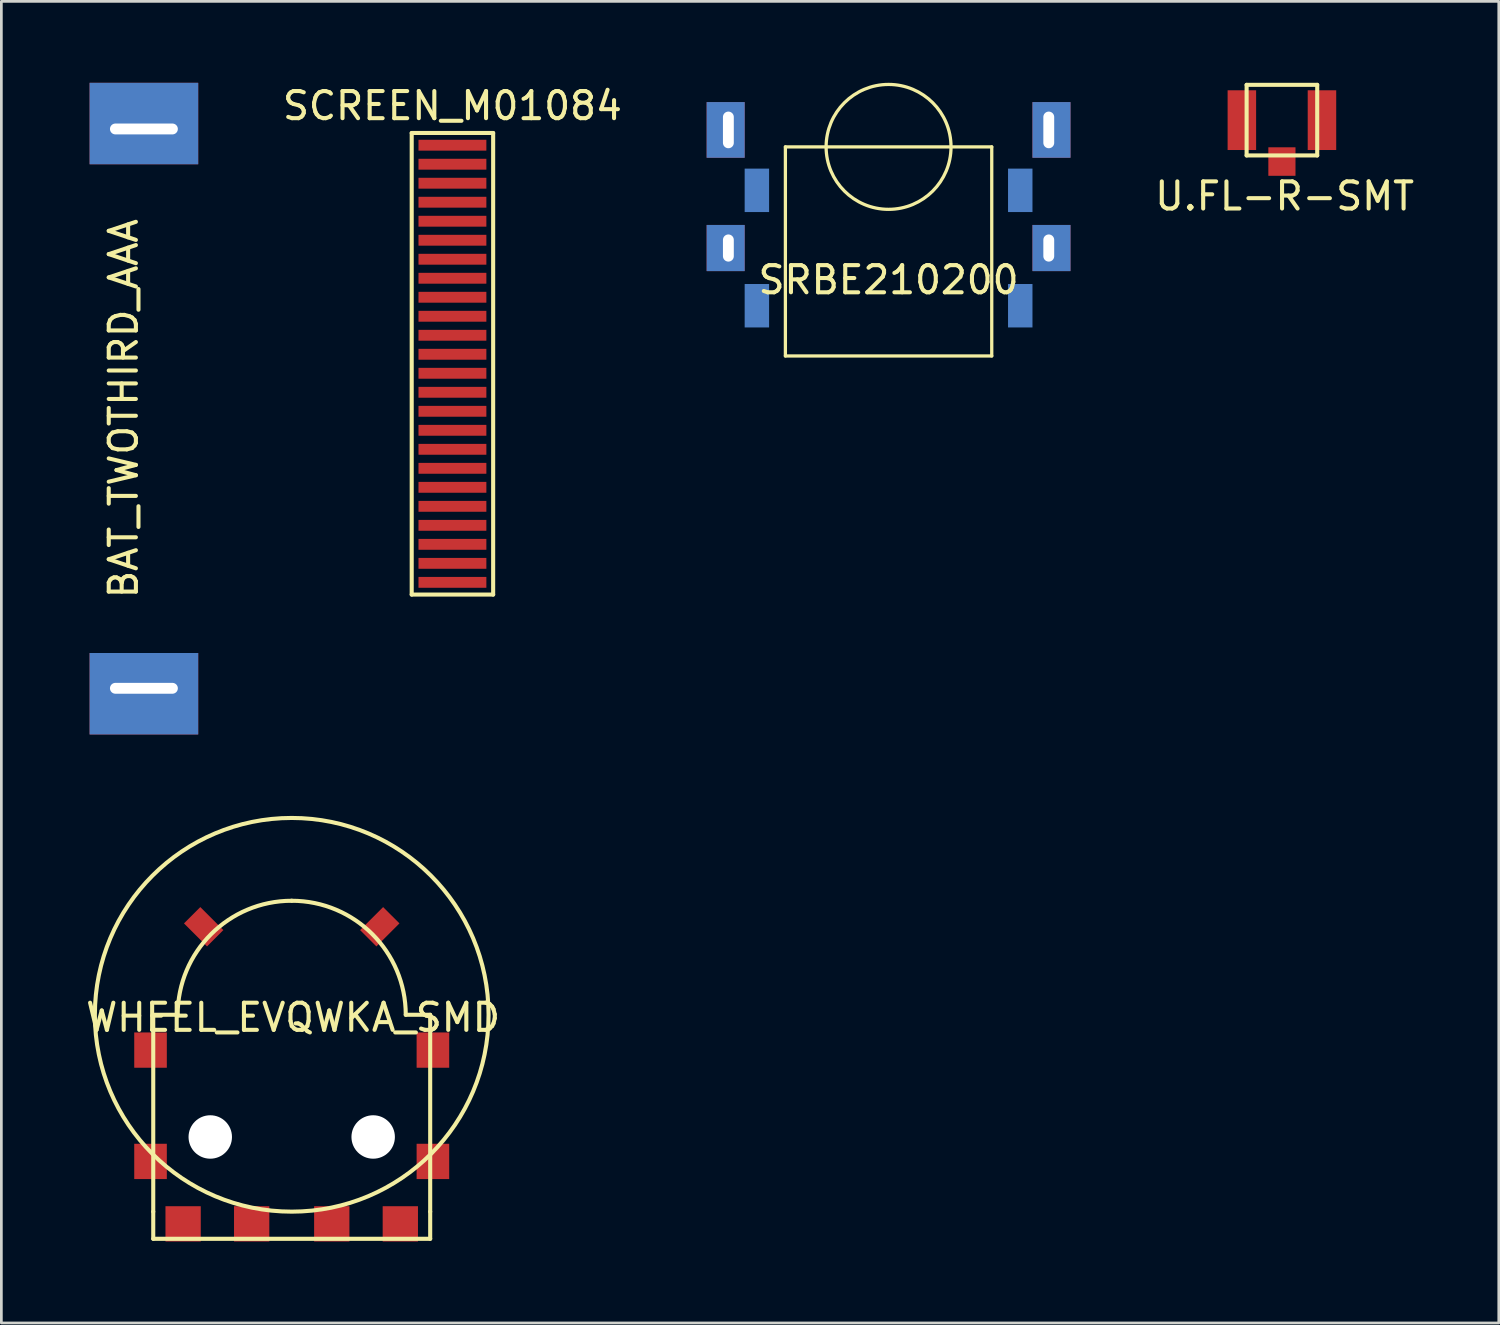
<source format=kicad_pcb>
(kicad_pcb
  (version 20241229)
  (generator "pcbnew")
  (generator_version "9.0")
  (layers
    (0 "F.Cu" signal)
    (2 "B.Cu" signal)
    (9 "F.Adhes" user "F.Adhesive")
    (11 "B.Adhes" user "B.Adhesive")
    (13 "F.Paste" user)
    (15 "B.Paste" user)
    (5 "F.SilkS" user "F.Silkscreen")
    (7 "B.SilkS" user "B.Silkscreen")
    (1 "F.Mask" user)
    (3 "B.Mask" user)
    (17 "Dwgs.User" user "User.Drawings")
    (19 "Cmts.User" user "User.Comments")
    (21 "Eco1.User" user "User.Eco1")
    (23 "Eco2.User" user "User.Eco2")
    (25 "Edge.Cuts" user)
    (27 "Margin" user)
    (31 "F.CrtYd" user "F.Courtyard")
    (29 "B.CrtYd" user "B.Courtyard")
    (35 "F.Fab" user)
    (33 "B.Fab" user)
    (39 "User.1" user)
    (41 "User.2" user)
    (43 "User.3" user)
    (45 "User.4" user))
  (footprint "SRBE210200"
    (layer "F.Cu")
    (at 29.676 2.36)
    (property "Reference" "SRBE210200" (at 0 4.9 0) (layer "F.SilkS") (effects (font (size 1 1) (thickness 0.15))))
    (attr through_hole)
    (fp_line (start -3.8 0) (end -3.8 7.7) (stroke (width 0.12) (type solid)) (layer "F.SilkS"))
    (fp_line (start -3.8 7.7) (end 3.8 7.7) (stroke (width 0.12) (type solid)) (layer "F.SilkS"))
    (fp_line (start 3.8 0) (end -3.8 0) (stroke (width 0.12) (type solid)) (layer "F.SilkS"))
    (fp_line (start 3.8 7.7) (end 3.8 0) (stroke (width 0.12) (type solid)) (layer "F.SilkS"))
    (fp_circle (center 0 0) (end 2.3 0) (stroke (width 0.12) (type solid)) (fill no) (layer "F.SilkS"))
    (pad "A" smd rect (at -4.85 1.6) (size 0.9 1.6) (layers "B.Cu" "B.Mask" "B.Paste"))
    (pad "B" smd rect (at 4.85 1.6) (size 0.9 1.6) (layers "B.Cu" "B.Mask" "B.Paste"))
    (pad "COM" smd rect (at -4.85 5.85) (size 0.9 1.6) (layers "B.Cu" "B.Mask" "B.Paste"))
    (pad "FIX1" thru_hole rect (at -5.9 -0.625) (size 1.4 2.05) (drill oval 0.4 1.35 (offset -0.1 0)) (layers "*.Cu" "*.Mask"))
    (pad "FIX1" thru_hole rect (at 5.9 -0.625 180) (size 1.4 2.05) (drill oval 0.4 1.35 (offset -0.1 0)) (layers "*.Cu" "*.Mask"))
    (pad "FIX2" thru_hole rect (at -5.9 3.725) (size 1.4 1.7) (drill oval 0.4 1 (offset -0.1 0)) (layers "*.Cu" "*.Mask"))
    (pad "FIX2" thru_hole rect (at 5.9 3.725 180) (size 1.4 1.7) (drill oval 0.4 1 (offset -0.1 0)) (layers "*.Cu" "*.Mask"))
    (pad "PUSH" smd rect (at 4.85 5.85) (size 0.9 1.6) (layers "B.Cu" "B.Mask" "B.Paste")))
  (footprint "BAT_TWOTHIRD_AAA"
    (layer "F.Cu")
    (at 0.25 12)
    (property "Reference" "BAT_TWOTHIRD_AAA" (at 1.25 0 90) (layer "F.SilkS") (effects (font (size 1 1) (thickness 0.15))))
    (attr through_hole)
    (pad "1" thru_hole rect (at 2 -10.3) (size 4 3) (drill oval 2.5 0.4 (offset 0 -0.2)) (layers "*.Cu" "*.Mask"))
    (pad "2" thru_hole rect (at 2 10.3) (size 4 3) (drill oval 2.5 0.4 (offset 0 0.2)) (layers "*.Cu" "*.Mask")))
  (footprint "U.FL-R-SMT"
    (layer "F.Cu")
    (at 44.163 1.375)
    (property "Reference" "U.FL-R-SMT" (at 0.1 2.8 0) (layer "F.SilkS") (effects (font (size 1 1) (thickness 0.15))))
    (attr through_hole)
    (fp_line (start -1.3 -1.3) (end 1.3 -1.3) (stroke (width 0.15) (type solid)) (layer "F.SilkS"))
    (fp_line (start -1.3 1.3) (end -1.3 -1.3) (stroke (width 0.15) (type solid)) (layer "F.SilkS"))
    (fp_line (start 1.3 -1.3) (end 1.3 1.3) (stroke (width 0.15) (type solid)) (layer "F.SilkS"))
    (fp_line (start 1.3 1.3) (end -1.3 1.3) (stroke (width 0.15) (type solid)) (layer "F.SilkS"))
    (pad "1" smd rect (at 0 1.525) (size 1 1.05) (layers "F.Cu" "F.Mask" "F.Paste"))
    (pad "2" smd rect (at -1.475 0) (size 1.05 2.2) (layers "F.Cu" "F.Mask" "F.Paste"))
    (pad "2" smd rect (at 1.475 0) (size 1.05 2.2) (layers "F.Cu" "F.Mask" "F.Paste")))
  (footprint "SCREEN_M01084"
    (layer "F.Cu")
    (at 13.613 10.348)
    (property "Reference" "SCREEN_M01084" (at 0 -9.5 0) (layer "F.SilkS") (effects (font (size 1 1) (thickness 0.15))))
    (attr through_hole)
    (fp_line (start -1.5 -8.5) (end 1.5 -8.5) (stroke (width 0.15) (type solid)) (layer "F.SilkS"))
    (fp_line (start -1.5 8.5) (end -1.5 -8.5) (stroke (width 0.15) (type solid)) (layer "F.SilkS"))
    (fp_line (start 1.5 -8.5) (end 1.5 8.5) (stroke (width 0.15) (type solid)) (layer "F.SilkS"))
    (fp_line (start 1.5 8.5) (end -1.5 8.5) (stroke (width 0.15) (type solid)) (layer "F.SilkS"))
    (pad "1" smd rect (at 0 -8.05) (size 2.5 0.4) (layers "F.Cu" "F.Mask" "F.Paste"))
    (pad "2" smd rect (at 0 -7.35) (size 2.5 0.4) (layers "F.Cu" "F.Mask" "F.Paste"))
    (pad "3" smd rect (at 0 -6.65) (size 2.5 0.4) (layers "F.Cu" "F.Mask" "F.Paste"))
    (pad "4" smd rect (at 0 -5.95) (size 2.5 0.4) (layers "F.Cu" "F.Mask" "F.Paste"))
    (pad "5" smd rect (at 0 -5.25) (size 2.5 0.4) (layers "F.Cu" "F.Mask" "F.Paste"))
    (pad "6" smd rect (at 0 -4.55) (size 2.5 0.4) (layers "F.Cu" "F.Mask" "F.Paste"))
    (pad "7" smd rect (at 0 -3.85) (size 2.5 0.4) (layers "F.Cu" "F.Mask" "F.Paste"))
    (pad "8" smd rect (at 0 -3.15) (size 2.5 0.4) (layers "F.Cu" "F.Mask" "F.Paste"))
    (pad "9" smd rect (at 0 -2.45) (size 2.5 0.4) (layers "F.Cu" "F.Mask" "F.Paste"))
    (pad "10" smd rect (at 0 -1.75) (size 2.5 0.4) (layers "F.Cu" "F.Mask" "F.Paste"))
    (pad "11" smd rect (at 0 -1.05) (size 2.5 0.4) (layers "F.Cu" "F.Mask" "F.Paste"))
    (pad "12" smd rect (at 0 -0.35) (size 2.5 0.4) (layers "F.Cu" "F.Mask" "F.Paste"))
    (pad "13" smd rect (at 0 0.35) (size 2.5 0.4) (layers "F.Cu" "F.Mask" "F.Paste"))
    (pad "14" smd rect (at 0 1.05) (size 2.5 0.4) (layers "F.Cu" "F.Mask" "F.Paste"))
    (pad "15" smd rect (at 0 1.75) (size 2.5 0.4) (layers "F.Cu" "F.Mask" "F.Paste"))
    (pad "16" smd rect (at 0 2.45) (size 2.5 0.4) (layers "F.Cu" "F.Mask" "F.Paste"))
    (pad "17" smd rect (at 0 3.15) (size 2.5 0.4) (layers "F.Cu" "F.Mask" "F.Paste"))
    (pad "18" smd rect (at 0 3.85) (size 2.5 0.4) (layers "F.Cu" "F.Mask" "F.Paste"))
    (pad "19" smd rect (at 0 4.55) (size 2.5 0.4) (layers "F.Cu" "F.Mask" "F.Paste"))
    (pad "20" smd rect (at 0 5.25) (size 2.5 0.4) (layers "F.Cu" "F.Mask" "F.Paste"))
    (pad "21" smd rect (at 0 5.95) (size 2.5 0.4) (layers "F.Cu" "F.Mask" "F.Paste"))
    (pad "22" smd rect (at 0 6.65) (size 2.5 0.4) (layers "F.Cu" "F.Mask" "F.Paste"))
    (pad "23" smd rect (at 0 7.35) (size 2.5 0.4) (layers "F.Cu" "F.Mask" "F.Paste"))
    (pad "24" smd rect (at 0 8.05) (size 2.5 0.4) (layers "F.Cu" "F.Mask" "F.Paste")))
  (footprint "WHEEL_EVQWKA_SMD"
    (layer "F.Cu")
    (at 7.694 34.325)
    (property "Reference" "WHEEL_EVQWKA_SMD" (at 0.05 0.1 0) (layer "F.SilkS") (effects (font (size 1 1) (thickness 0.15))))
    (attr through_hole)
    (fp_line (start -5.1 0) (end -4.2 0) (stroke (width 0.15) (type solid)) (layer "F.SilkS"))
    (fp_line (start -5.1 7.25) (end -5.1 0) (stroke (width 0.15) (type solid)) (layer "F.SilkS"))
    (fp_line (start -5.1 7.25) (end -5.1 8.25) (stroke (width 0.15) (type solid)) (layer "F.SilkS"))
    (fp_line (start -5.1 8.25) (end 5.1 8.25) (stroke (width 0.15) (type solid)) (layer "F.SilkS"))
    (fp_line (start 5.1 0) (end 4.2 0) (stroke (width 0.15) (type solid)) (layer "F.SilkS"))
    (fp_line (start 5.1 7.25) (end 5.1 0) (stroke (width 0.15) (type solid)) (layer "F.SilkS"))
    (fp_line (start 5.1 8.25) (end 5.1 7.25) (stroke (width 0.15) (type solid)) (layer "F.SilkS"))
    (fp_arc (start -4.2 0) (mid -2.969848 -2.969848) (end 0 -4.2) (stroke (width 0.15) (type solid)) (layer "F.SilkS"))
    (fp_arc (start 0 -4.2) (mid 2.969848 -2.969848) (end 4.2 0) (stroke (width 0.15) (type solid)) (layer "F.SilkS"))
    (fp_circle (center 0 0) (end 0 7.25) (stroke (width 0.15) (type solid)) (fill no) (layer "F.SilkS"))
    (pad "" np_thru_hole circle (at -3 4.5) (size 1.6 1.6) (drill 1.6) (layers "*.Cu" "*.Mask"))
    (pad "" np_thru_hole circle (at 3 4.5) (size 1.6 1.6) (drill 1.6) (layers "*.Cu" "*.Mask"))
    (pad "A" smd rect (at -4 7.7) (size 1.3 1.3) (layers "F.Cu" "F.Mask" "F.Paste"))
    (pad "B" smd rect (at 4 7.7) (size 1.3 1.3) (layers "F.Cu" "F.Mask" "F.Paste"))
    (pad "COM" smd rect (at 1.475 7.7) (size 1.3 1.3) (layers "F.Cu" "F.Mask" "F.Paste"))
    (pad "FIX1" smd rect (at -5.2 1.3) (size 1.2 1.3) (layers "F.Cu" "F.Mask" "F.Paste"))
    (pad "FIX1" smd rect (at -5.2 5.4) (size 1.2 1.3) (layers "F.Cu" "F.Mask" "F.Paste"))
    (pad "FIX1" smd rect (at -3.243 -3.243 45) (size 0.85 1.2) (layers "F.Cu" "F.Mask" "F.Paste"))
    (pad "FIX2" smd rect (at 3.243 -3.243 315) (size 0.85 1.2) (layers "F.Cu" "F.Mask" "F.Paste"))
    (pad "FIX2" smd rect (at 5.2 1.3) (size 1.2 1.3) (layers "F.Cu" "F.Mask" "F.Paste"))
    (pad "FIX2" smd rect (at 5.2 5.4) (size 1.2 1.3) (layers "F.Cu" "F.Mask" "F.Paste"))
    (pad "PUSH" smd rect (at -1.475 7.7) (size 1.3 1.3) (layers "F.Cu" "F.Mask" "F.Paste")))
  (gr_rect
    (start -3 -3)
    (end 52.15 45.675)
    (stroke (width 0.1) (type default))
    (fill no)
    (layer "Edge.Cuts")))
</source>
